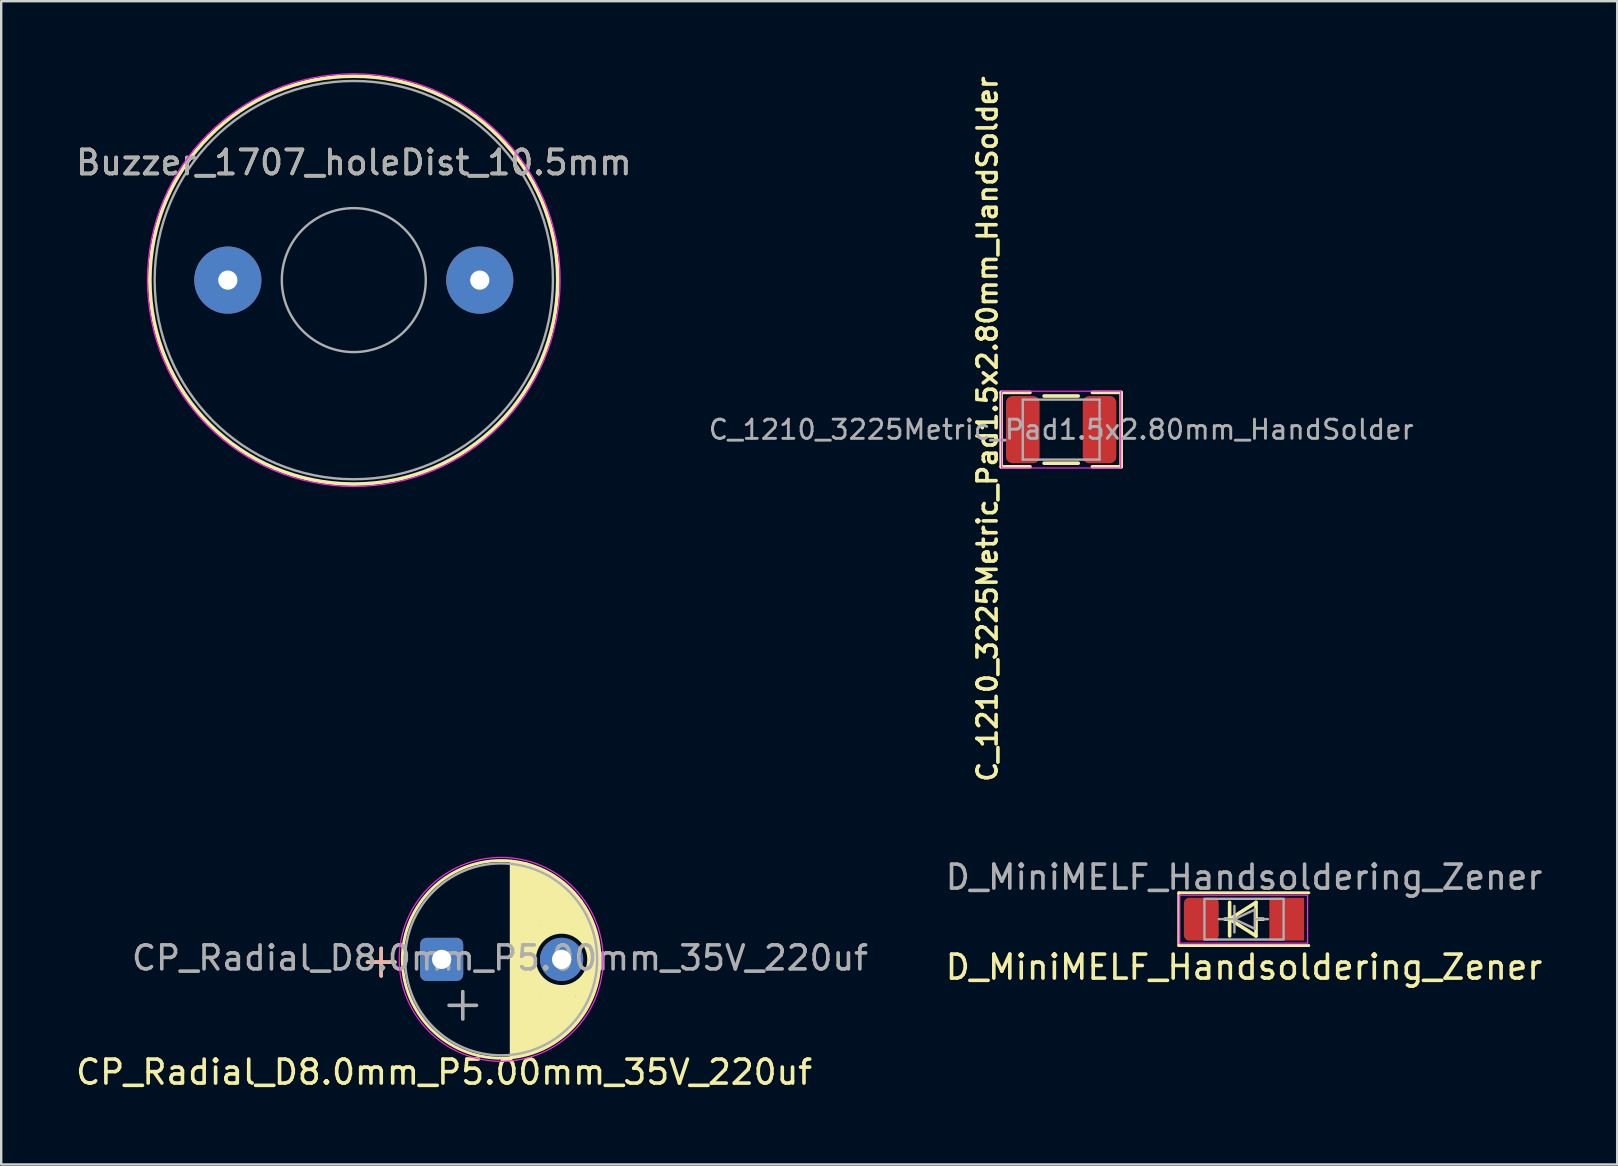
<source format=kicad_pcb>
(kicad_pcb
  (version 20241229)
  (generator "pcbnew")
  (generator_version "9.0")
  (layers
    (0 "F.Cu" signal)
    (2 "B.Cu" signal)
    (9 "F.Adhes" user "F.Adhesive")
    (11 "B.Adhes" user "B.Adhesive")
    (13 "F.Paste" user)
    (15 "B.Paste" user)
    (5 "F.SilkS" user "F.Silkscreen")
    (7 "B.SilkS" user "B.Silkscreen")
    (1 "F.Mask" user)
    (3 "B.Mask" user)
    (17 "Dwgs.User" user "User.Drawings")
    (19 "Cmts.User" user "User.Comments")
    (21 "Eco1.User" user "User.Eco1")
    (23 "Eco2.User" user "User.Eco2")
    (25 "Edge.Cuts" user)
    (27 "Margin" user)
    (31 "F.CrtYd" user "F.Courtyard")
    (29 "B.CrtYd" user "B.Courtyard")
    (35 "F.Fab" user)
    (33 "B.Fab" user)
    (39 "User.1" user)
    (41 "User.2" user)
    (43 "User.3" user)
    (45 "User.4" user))
  (footprint "CP_Radial_D8.0mm_P5.00mm_35V_220uf"
    (layer "F.Cu")
    (at 17.838 36.936)
    (property "Reference" "CP_Radial_D8.0mm_P5.00mm_35V_220uf" (at -2.379 4.7 0) (layer "F.SilkS") (effects (font (size 1 1) (thickness 0.15))))
    (attr through_hole)
    (fp_line (start 0.41 -4.1) (end 0.41 4.1) (stroke (width 0.1) (type solid)) (layer "F.SilkS"))
    (fp_line (start 0.6 -3.9) (end 0.6 3.9) (stroke (width 0.4) (type solid)) (layer "F.SilkS"))
    (fp_line (start 0.8 -3.9) (end 0.8 3.9) (stroke (width 0.3) (type solid)) (layer "F.SilkS"))
    (fp_line (start 1 -3.9) (end 1 3.76) (stroke (width 0.3) (type solid)) (layer "F.SilkS"))
    (fp_line (start 1 -3.9) (end 1 3.8) (stroke (width 0.3) (type solid)) (layer "F.SilkS"))
    (fp_line (start 1 -3.9) (end 1 3.9) (stroke (width 0.25) (type solid)) (layer "F.SilkS"))
    (fp_line (start 1.196 -1.475) (end 1.196 -0.925) (stroke (width 0.3) (type solid)) (layer "F.SilkS"))
    (fp_line (start 1.2 -3.8) (end 1.196 -0.925) (stroke (width 0.3) (type solid)) (layer "F.SilkS"))
    (fp_line (start 1.2 0.925) (end 1.2 1.475) (stroke (width 0.25) (type solid)) (layer "F.SilkS"))
    (fp_line (start 1.204 0.925) (end 1.2 3.8) (stroke (width 0.3) (type solid)) (layer "F.SilkS"))
    (fp_line (start 1.4 -3.65) (end 1.4 -1.4) (stroke (width 0.5) (type solid)) (layer "F.SilkS"))
    (fp_line (start 1.4 1.1) (end 1.398 3.737) (stroke (width 0.3) (type solid)) (layer "F.SilkS"))
    (fp_line (start 1.4 1.4) (end 1.4 3.56) (stroke (width 0.5) (type solid)) (layer "F.SilkS"))
    (fp_line (start 1.678 1.709) (end 1.671 3.63) (stroke (width 0.35) (type solid)) (layer "F.SilkS"))
    (fp_line (start 1.7 -3.65) (end 1.7 -3.1) (stroke (width 0.2) (type solid)) (layer "F.SilkS"))
    (fp_line (start 1.8 -3.4) (end 1.8 -1.6) (stroke (width 0.5) (type solid)) (layer "F.SilkS"))
    (fp_line (start 1.8 1.6) (end 1.8 3.4) (stroke (width 0.5) (type solid)) (layer "F.SilkS"))
    (fp_line (start 2.1 -3.3) (end 2.1 -1.8) (stroke (width 0.5) (type solid)) (layer "F.SilkS"))
    (fp_line (start 2.103 1.639) (end 2.097 3.4) (stroke (width 0.35) (type solid)) (layer "F.SilkS"))
    (fp_line (start 2.2 1.7) (end 2.2 3.2) (stroke (width 0.5) (type solid)) (layer "F.SilkS"))
    (fp_line (start 2.4 -3.25) (end 2.4 -2.7) (stroke (width 0.2) (type solid)) (layer "F.SilkS"))
    (fp_line (start 2.4 -3) (end 2.4 -1.8) (stroke (width 0.5) (type solid)) (layer "F.SilkS"))
    (fp_line (start 2.497 1.7) (end 2.497 3.1) (stroke (width 0.35) (type solid)) (layer "F.SilkS"))
    (fp_line (start 2.6 -3.05) (end 2.6 -2.5) (stroke (width 0.2) (type solid)) (layer "F.SilkS"))
    (fp_line (start 2.6 1.7) (end 2.6 2.9) (stroke (width 0.5) (type solid)) (layer "F.SilkS"))
    (fp_line (start 2.7 -2.8) (end 2.7 -1.8) (stroke (width 0.5) (type solid)) (layer "F.SilkS"))
    (fp_line (start 2.8 1.6) (end 2.8 2.8) (stroke (width 0.35) (type solid)) (layer "F.SilkS"))
    (fp_line (start 2.9 1.7) (end 2.9 2.6) (stroke (width 0.5) (type solid)) (layer "F.SilkS"))
    (fp_line (start 3 -2.75) (end 3 -2.2) (stroke (width 0.2) (type solid)) (layer "F.SilkS"))
    (fp_line (start 3 -2.5) (end 3 -1.8) (stroke (width 0.5) (type solid)) (layer "F.SilkS"))
    (fp_line (start 3.2 1.5) (end 3.2 2.5) (stroke (width 0.2) (type solid)) (layer "F.SilkS"))
    (fp_line (start 3.3 -2.4) (end 3.3 -1.85) (stroke (width 0.2) (type solid)) (layer "F.SilkS"))
    (fp_line (start 3.3 -2.1) (end 3.3 -1.6) (stroke (width 0.5) (type solid)) (layer "F.SilkS"))
    (fp_line (start 3.3 1.3) (end 3.3 2.3) (stroke (width 0.2) (type solid)) (layer "F.SilkS"))
    (fp_line (start 3.4 1.2) (end 3.4 2.2) (stroke (width 0.2) (type solid)) (layer "F.SilkS"))
    (fp_line (start 3.4 1.4) (end 3.4 1.9) (stroke (width 0.5) (type solid)) (layer "F.SilkS"))
    (fp_line (start 3.5 -1.9) (end 3.5 -1.35) (stroke (width 0.2) (type solid)) (layer "F.SilkS"))
    (fp_line (start 3.6 -1.775) (end 3.6 -1.225) (stroke (width 0.2) (type solid)) (layer "F.SilkS"))
    (fp_line (start 3.6 1.2) (end 3.6 1.5) (stroke (width 0.5) (type solid)) (layer "F.SilkS"))
    (fp_line (start 3.653 1.206) (end 3.653 1.756) (stroke (width 0.2) (type solid)) (layer "F.SilkS"))
    (fp_line (start 3.7 -1.575) (end 3.7 -1.025) (stroke (width 0.2) (type solid)) (layer "F.SilkS"))
    (fp_line (start 3.8 -1.375) (end 3.8 -0.825) (stroke (width 0.2) (type solid)) (layer "F.SilkS"))
    (fp_line (start 3.8 0.75) (end 3.8 1.45) (stroke (width 0.2) (type solid)) (layer "F.SilkS"))
    (fp_line (start 3.9 -1.175) (end 3.9 -0.625) (stroke (width 0.2) (type solid)) (layer "F.SilkS"))
    (fp_line (start 3.9 0.55) (end 3.9 1.1) (stroke (width 0.2) (type solid)) (layer "F.SilkS"))
    (fp_line (start 4 -0.6) (end 4 0.6) (stroke (width 0.2) (type solid)) (layer "F.SilkS"))
    (fp_circle (center 0 0) (end 4.12 0) (stroke (width 0.12) (type solid)) (fill no) (layer "F.SilkS"))
    (fp_circle (center 2.519 0) (end 3.739 0) (stroke (width 0.3) (type solid)) (fill no) (layer "F.SilkS"))
    (fp_circle (center 2.519 0) (end 3.819 0) (stroke (width 0.3) (type solid)) (fill no) (layer "F.SilkS"))
    (fp_circle (center 2.519 0) (end 4.029 0) (stroke (width 0.3) (type solid)) (fill no) (layer "F.SilkS"))
    (fp_circle (center 0 0) (end 4.25 0) (stroke (width 0.05) (type solid)) (fill no) (layer "F.CrtYd"))
    (fp_circle (center 0 0) (end 4 0) (stroke (width 0.1) (type solid)) (fill no) (layer "F.Fab"))
    (fp_text user "+" (at -5 0 0) (unlocked yes) (layer "F.SilkS") (effects (font (size 1.5 1.5) (thickness 0.15))))
    (fp_text user "+" (at -5 0 0) (unlocked yes) (layer "B.SilkS") (effects (font (size 1.5 1.5) (thickness 0.15))))
    (fp_text user "+" (at -1.6 1.8 0) (unlocked yes) (layer "F.Fab") (effects (font (size 1.5 1.5) (thickness 0.15))))
    (fp_text user "${REFERENCE}" (at -0.05 -0.06 0) (layer "F.Fab") (effects (font (size 1 1) (thickness 0.15))))
    (pad "1" thru_hole roundrect (at -2.481 0) (size 1.8 1.8) (drill 0.8) (layers "*.Cu" "*.Mask") (roundrect_rratio 0.15))
    (pad "2" thru_hole circle (at 2.519 0) (size 1.8 1.8) (drill 0.8) (layers "*.Cu" "*.Mask")))
  (footprint "D_MiniMELF_Handsoldering_Zener"
    (layer "F.Cu")
    (at 48.8 35.26)
    (property "Reference" "D_MiniMELF_Handsoldering_Zener" (at 0 2 0) (layer "F.SilkS") (effects (font (size 1 1) (thickness 0.15))))
    (attr smd)
    (fp_line (start -2.72 -1.1) (end -2.72 1.1) (stroke (width 0.12) (type solid)) (layer "F.SilkS"))
    (fp_line (start -2.72 1.1) (end 2.7 1.1) (stroke (width 0.12) (type solid)) (layer "F.SilkS"))
    (fp_line (start -0.6 -0.7) (end -0.6 0.7) (stroke (width 0.15) (type solid)) (layer "F.SilkS"))
    (fp_line (start -0.6 0) (end -0.8 0) (stroke (width 0.15) (type solid)) (layer "F.SilkS"))
    (fp_line (start -0.6 0) (end 0.5 -0.7) (stroke (width 0.15) (type solid)) (layer "F.SilkS"))
    (fp_line (start 0.5 -0.7) (end 0.5 0.7) (stroke (width 0.15) (type solid)) (layer "F.SilkS"))
    (fp_line (start 0.5 0) (end 0.8 0) (stroke (width 0.15) (type solid)) (layer "F.SilkS"))
    (fp_line (start 0.5 0.7) (end -0.6 0) (stroke (width 0.15) (type solid)) (layer "F.SilkS"))
    (fp_line (start 2.7 -1.1) (end -2.72 -1.1) (stroke (width 0.12) (type solid)) (layer "F.SilkS"))
    (fp_line (start -2.7 -1) (end 2.65 -1) (stroke (width 0.05) (type solid)) (layer "F.CrtYd"))
    (fp_line (start -2.7 1) (end -2.7 -1) (stroke (width 0.05) (type solid)) (layer "F.CrtYd"))
    (fp_line (start 2.65 -1) (end 2.65 1) (stroke (width 0.05) (type solid)) (layer "F.CrtYd"))
    (fp_line (start 2.65 1) (end -2.7 1) (stroke (width 0.05) (type solid)) (layer "F.CrtYd"))
    (fp_line (start -1.65 -0.85) (end 1.65 -0.85) (stroke (width 0.1) (type solid)) (layer "F.Fab"))
    (fp_line (start -1.65 0.8) (end -1.65 -0.8) (stroke (width 0.1) (type solid)) (layer "F.Fab"))
    (fp_line (start -1.05 0) (end -0.4 0) (stroke (width 0.1) (type solid)) (layer "F.Fab"))
    (fp_line (start -0.4 0) (end -0.4 -0.55) (stroke (width 0.1) (type solid)) (layer "F.Fab"))
    (fp_line (start -0.4 0) (end -0.4 0.55) (stroke (width 0.1) (type solid)) (layer "F.Fab"))
    (fp_line (start -0.4 0) (end 0.45 -0.4) (stroke (width 0.1) (type solid)) (layer "F.Fab"))
    (fp_line (start 0.45 -0.4) (end 0.45 0.4) (stroke (width 0.1) (type solid)) (layer "F.Fab"))
    (fp_line (start 0.45 0.4) (end -0.4 0) (stroke (width 0.1) (type solid)) (layer "F.Fab"))
    (fp_line (start 0.5 0) (end 1 0) (stroke (width 0.1) (type solid)) (layer "F.Fab"))
    (fp_line (start 1.65 -0.8) (end 1.65 0.8) (stroke (width 0.1) (type solid)) (layer "F.Fab"))
    (fp_line (start 1.65 0.85) (end -1.65 0.85) (stroke (width 0.1) (type solid)) (layer "F.Fab"))
    (fp_text user "${REFERENCE}" (at 0 -1.75 0) (layer "F.Fab") (effects (font (size 1 1) (thickness 0.15))))
    (pad "1" smd roundrect (at -1.78 0) (size 1.45 1.78) (layers "F.Cu" "F.Mask" "F.Paste") (roundrect_rratio 0.15))
    (pad "2" smd roundrect (at 1.78 0) (size 1.45 1.78) (layers "F.Cu" "F.Mask" "F.Paste") (roundrect_rratio 0.02)))
  (footprint "Buzzer_1707_holeDist_10.5mm"
    (layer "F.Cu")
    (at 11.696 8.625)
    (property "Reference" "Buzzer_1707_holeDist_10.5mm" (at 0 -4.9 0) (layer "F.SilkS") (effects (font (size 1 1) (thickness 0.15))))
    (attr through_hole)
    (fp_circle (center 0 0) (end 8.5 0) (stroke (width 0.15) (type solid)) (fill no) (layer "F.SilkS"))
    (fp_circle (center 0 0) (end 8.6 0) (stroke (width 0.05) (type solid)) (fill no) (layer "F.CrtYd"))
    (fp_circle (center 0 0) (end 3 0) (stroke (width 0.1) (type solid)) (fill no) (layer "F.Fab"))
    (fp_circle (center 0 0) (end 8.3 0) (stroke (width 0.1) (type solid)) (fill no) (layer "F.Fab"))
    (fp_text user "${REFERENCE}" (at 0 -4.9 0) (layer "F.Fab") (effects (font (size 1 1) (thickness 0.15))))
    (pad "1" thru_hole circle (at -5.25 0) (size 2.8 2.8) (drill 0.8) (layers "*.Cu" "*.Mask"))
    (pad "2" thru_hole circle (at 5.25 0) (size 2.8 2.8) (drill 0.8) (layers "*.Cu" "*.Mask")))
  (footprint "C_1210_3225Metric_Pad1.5x2.80mm_HandSolder"
    (layer "F.Cu")
    (at 41.179 14.856)
    (property "Reference" "C_1210_3225Metric_Pad1.5x2.80mm_HandSolder" (at -3.075 -0.025 270) (layer "F.SilkS") (effects (font (size 0.8 0.8) (thickness 0.15))))
    (attr smd)
    (fp_line (start -2.5 -1.55) (end -2.5 1.55) (stroke (width 0.15) (type solid)) (layer "F.SilkS"))
    (fp_line (start -2.5 -1.55) (end -1.3 -1.55) (stroke (width 0.15) (type solid)) (layer "F.SilkS"))
    (fp_line (start -2.5 1.55) (end -1.3 1.55) (stroke (width 0.15) (type solid)) (layer "F.SilkS"))
    (fp_line (start -0.711 -1.4) (end 0.711 -1.4) (stroke (width 0.15) (type solid)) (layer "F.SilkS"))
    (fp_line (start -0.711 1.4) (end 0.711 1.4) (stroke (width 0.15) (type solid)) (layer "F.SilkS"))
    (fp_line (start 1.3 -1.55) (end 2.5 -1.55) (stroke (width 0.15) (type solid)) (layer "F.SilkS"))
    (fp_line (start 1.3 1.55) (end 2.5 1.55) (stroke (width 0.15) (type solid)) (layer "F.SilkS"))
    (fp_line (start 2.5 -1.55) (end 2.5 1.55) (stroke (width 0.15) (type solid)) (layer "F.SilkS"))
    (fp_line (start -2.48 -1.6) (end 2.48 -1.6) (stroke (width 0.05) (type solid)) (layer "F.CrtYd"))
    (fp_line (start -2.48 1.6) (end -2.48 -1.6) (stroke (width 0.05) (type solid)) (layer "F.CrtYd"))
    (fp_line (start 2.48 -1.6) (end 2.48 1.6) (stroke (width 0.05) (type solid)) (layer "F.CrtYd"))
    (fp_line (start 2.48 1.6) (end -2.48 1.6) (stroke (width 0.05) (type solid)) (layer "F.CrtYd"))
    (fp_line (start -1.6 -1.25) (end 1.6 -1.25) (stroke (width 0.1) (type solid)) (layer "F.Fab"))
    (fp_line (start -1.6 1.25) (end -1.6 -1.25) (stroke (width 0.1) (type solid)) (layer "F.Fab"))
    (fp_line (start 1.6 -1.25) (end 1.6 1.25) (stroke (width 0.1) (type solid)) (layer "F.Fab"))
    (fp_line (start 1.6 1.25) (end -1.6 1.25) (stroke (width 0.1) (type solid)) (layer "F.Fab"))
    (fp_text user "${REFERENCE}" (at 0 0 0) (layer "F.Fab") (effects (font (size 0.8 0.8) (thickness 0.12))))
    (pad "1" smd roundrect (at -1.6 0) (size 1.4 2.8) (layers "F.Cu" "F.Mask" "F.Paste") (roundrect_rratio 0.189))
    (pad "2" smd roundrect (at 1.6 0) (size 1.4 2.8) (layers "F.Cu" "F.Mask" "F.Paste") (roundrect_rratio 0.189)))
  (gr_rect
    (start -3 -3)
    (end 64.353 45.485)
    (stroke (width 0.1) (type default))
    (fill no)
    (layer "Edge.Cuts")))
</source>
